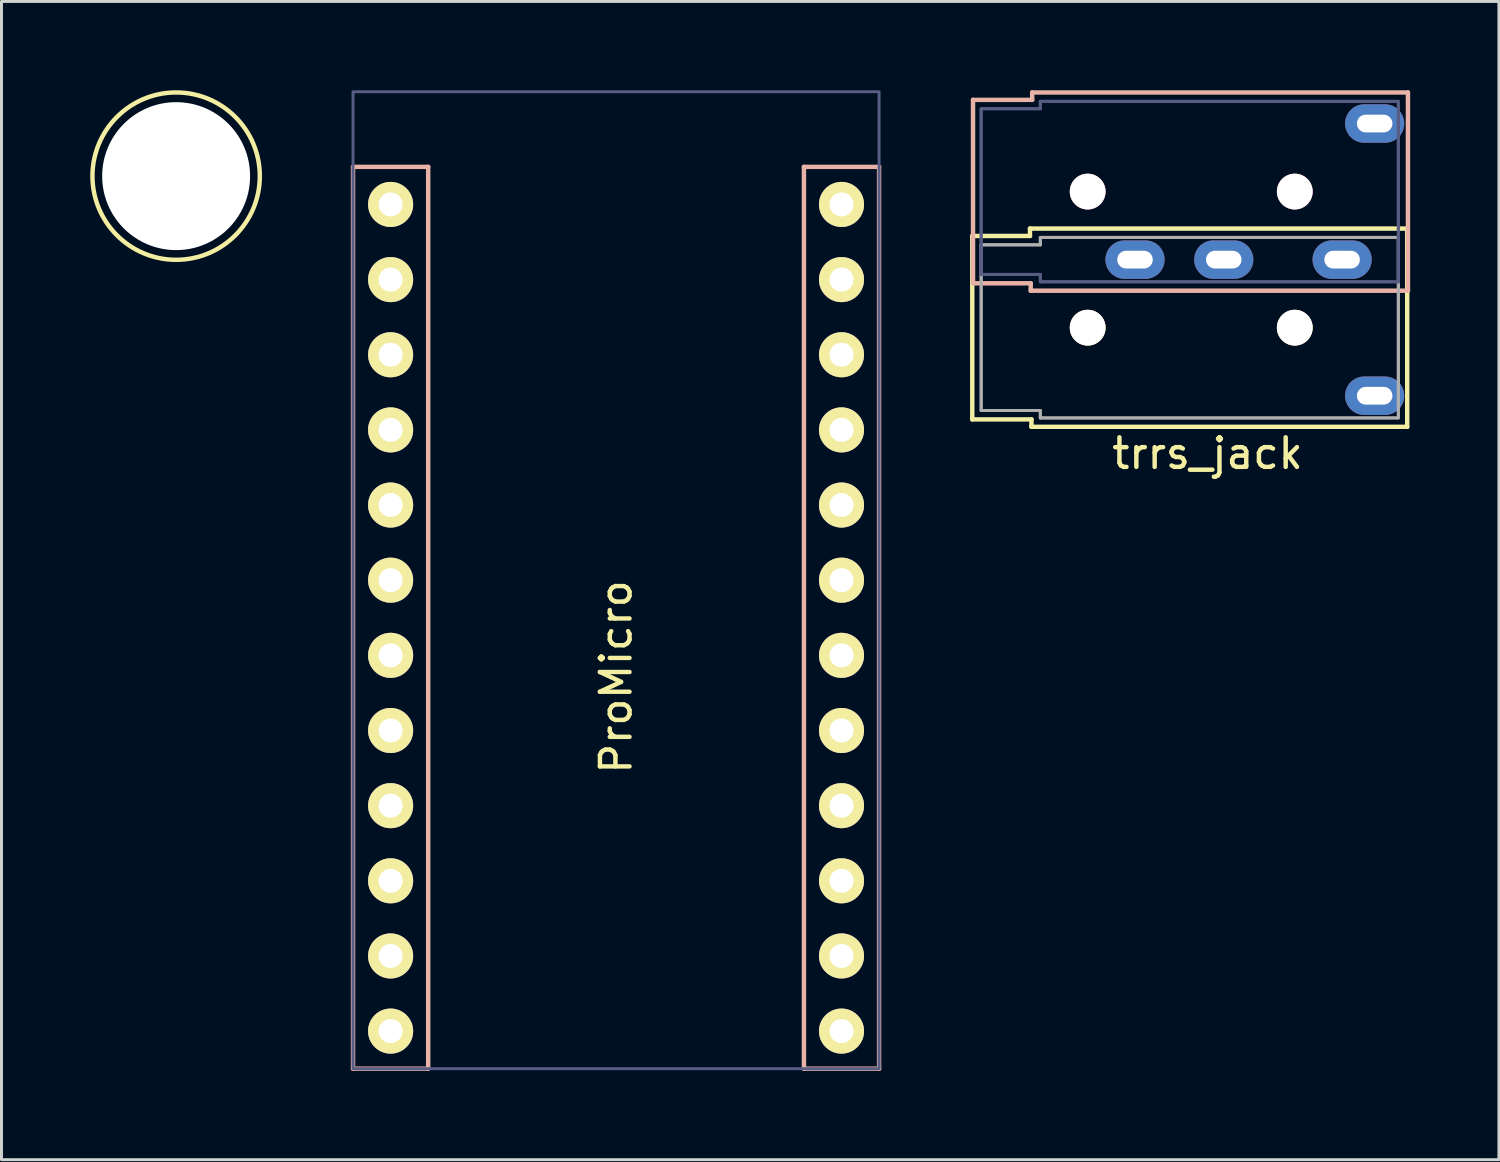
<source format=kicad_pcb>
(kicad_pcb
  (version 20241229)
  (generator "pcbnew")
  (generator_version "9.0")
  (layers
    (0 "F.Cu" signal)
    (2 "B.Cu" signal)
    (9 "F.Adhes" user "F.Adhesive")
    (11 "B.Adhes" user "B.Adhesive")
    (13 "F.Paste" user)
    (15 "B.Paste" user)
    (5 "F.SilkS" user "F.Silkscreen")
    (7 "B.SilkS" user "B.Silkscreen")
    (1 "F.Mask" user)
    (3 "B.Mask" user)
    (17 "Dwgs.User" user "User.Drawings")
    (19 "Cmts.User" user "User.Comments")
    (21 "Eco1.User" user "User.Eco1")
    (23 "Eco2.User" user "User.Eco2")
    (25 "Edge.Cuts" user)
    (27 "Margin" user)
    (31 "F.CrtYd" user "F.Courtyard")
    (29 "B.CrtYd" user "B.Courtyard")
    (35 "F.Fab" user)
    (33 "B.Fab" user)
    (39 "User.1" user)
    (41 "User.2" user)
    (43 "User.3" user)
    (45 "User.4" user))
  (footprint "ProMicro"
    (layer "F.Cu")
    (at 17.772 17.83)
    (property "Reference" "ProMicro" (at 0 2 90) (layer "F.SilkS") (effects (font (size 1 1) (thickness 0.15))))
    (attr through_hole)
    (fp_line (start -8.89 -15.24) (end -6.35 -15.24) (stroke (width 0.15) (type solid)) (layer "B.SilkS"))
    (fp_line (start -8.89 15.24) (end -8.89 -15.24) (stroke (width 0.15) (type solid)) (layer "B.SilkS"))
    (fp_line (start -6.35 -15.24) (end -6.35 15.24) (stroke (width 0.15) (type solid)) (layer "B.SilkS"))
    (fp_line (start -6.35 15.24) (end -8.89 15.24) (stroke (width 0.15) (type solid)) (layer "B.SilkS"))
    (fp_line (start 6.35 -15.24) (end 8.89 -15.24) (stroke (width 0.15) (type solid)) (layer "B.SilkS"))
    (fp_line (start 6.35 15.24) (end 6.35 -15.24) (stroke (width 0.15) (type solid)) (layer "B.SilkS"))
    (fp_line (start 8.89 -15.24) (end 8.89 15.24) (stroke (width 0.15) (type solid)) (layer "B.SilkS"))
    (fp_line (start 8.89 15.24) (end 6.35 15.24) (stroke (width 0.15) (type solid)) (layer "B.SilkS"))
    (fp_poly (pts (xy -8.89 15.24) (xy -8.89 -17.78) (xy 8.89 -17.78) (xy 8.89 15.24) (xy -8.89 15.24)) (stroke (width 0.1) (type solid)) (fill no) (layer "B.Fab"))
    (pad "1" thru_hole circle (at -7.62 -13.97) (size 1.524 1.524) (drill 0.813) (layers "*.Cu" "*.Mask" "F.SilkS"))
    (pad "2" thru_hole circle (at -7.62 -11.43) (size 1.524 1.524) (drill 0.813) (layers "*.Cu" "*.Mask" "F.SilkS"))
    (pad "3" thru_hole circle (at -7.62 -8.89) (size 1.524 1.524) (drill 0.813) (layers "*.Cu" "*.Mask" "F.SilkS"))
    (pad "4" thru_hole circle (at -7.62 -6.35) (size 1.524 1.524) (drill 0.813) (layers "*.Cu" "*.Mask" "F.SilkS"))
    (pad "5" thru_hole circle (at -7.62 -3.81) (size 1.524 1.524) (drill 0.813) (layers "*.Cu" "*.Mask" "F.SilkS"))
    (pad "6" thru_hole circle (at -7.62 -1.27) (size 1.524 1.524) (drill 0.813) (layers "*.Cu" "*.Mask" "F.SilkS"))
    (pad "7" thru_hole circle (at -7.62 1.27) (size 1.524 1.524) (drill 0.813) (layers "*.Cu" "*.Mask" "F.SilkS"))
    (pad "8" thru_hole circle (at -7.62 3.81) (size 1.524 1.524) (drill 0.813) (layers "*.Cu" "*.Mask" "F.SilkS"))
    (pad "9" thru_hole circle (at -7.62 6.35) (size 1.524 1.524) (drill 0.813) (layers "*.Cu" "*.Mask" "F.SilkS"))
    (pad "10" thru_hole circle (at -7.62 8.89) (size 1.524 1.524) (drill 0.813) (layers "*.Cu" "*.Mask" "F.SilkS"))
    (pad "11" thru_hole circle (at -7.62 11.43) (size 1.524 1.524) (drill 0.813) (layers "*.Cu" "*.Mask" "F.SilkS"))
    (pad "12" thru_hole circle (at -7.62 13.97) (size 1.524 1.524) (drill 0.813) (layers "*.Cu" "*.Mask" "F.SilkS"))
    (pad "13" thru_hole circle (at 7.62 13.97) (size 1.524 1.524) (drill 0.813) (layers "*.Cu" "*.Mask" "F.SilkS"))
    (pad "14" thru_hole circle (at 7.62 11.43) (size 1.524 1.524) (drill 0.813) (layers "*.Cu" "*.Mask" "F.SilkS"))
    (pad "15" thru_hole circle (at 7.62 8.89) (size 1.524 1.524) (drill 0.813) (layers "*.Cu" "*.Mask" "F.SilkS"))
    (pad "16" thru_hole circle (at 7.62 6.35) (size 1.524 1.524) (drill 0.813) (layers "*.Cu" "*.Mask" "F.SilkS"))
    (pad "17" thru_hole circle (at 7.62 3.81) (size 1.524 1.524) (drill 0.813) (layers "*.Cu" "*.Mask" "F.SilkS"))
    (pad "18" thru_hole circle (at 7.62 1.27) (size 1.524 1.524) (drill 0.813) (layers "*.Cu" "*.Mask" "F.SilkS"))
    (pad "19" thru_hole circle (at 7.62 -1.27) (size 1.524 1.524) (drill 0.813) (layers "*.Cu" "*.Mask" "F.SilkS"))
    (pad "20" thru_hole circle (at 7.62 -3.81) (size 1.524 1.524) (drill 0.813) (layers "*.Cu" "*.Mask" "F.SilkS"))
    (pad "21" thru_hole circle (at 7.62 -6.35) (size 1.524 1.524) (drill 0.813) (layers "*.Cu" "*.Mask" "F.SilkS"))
    (pad "22" thru_hole circle (at 7.62 -8.89) (size 1.524 1.524) (drill 0.813) (layers "*.Cu" "*.Mask" "F.SilkS"))
    (pad "23" thru_hole circle (at 7.62 -11.43) (size 1.524 1.524) (drill 0.813) (layers "*.Cu" "*.Mask" "F.SilkS"))
    (pad "24" thru_hole circle (at 7.62 -13.97) (size 1.524 1.524) (drill 0.813) (layers "*.Cu" "*.Mask" "F.SilkS")))
  (footprint "trrs_jack"
    (layer "F.Cu")
    (at 32.112 5.725)
    (property "Reference" "trrs_jack" (at 5.65 6.55 0) (unlocked yes) (layer "F.SilkS") (effects (font (size 1 1) (thickness 0.15))))
    (fp_line (start -2.3 -0.8) (end -2.3 5.4) (stroke (width 0.15) (type solid)) (layer "F.SilkS"))
    (fp_line (start -2.3 5.4) (end -0.3 5.4) (stroke (width 0.15) (type solid)) (layer "F.SilkS"))
    (fp_line (start -0.35 -0.8) (end -2.3 -0.8) (stroke (width 0.15) (type solid)) (layer "F.SilkS"))
    (fp_line (start -0.35 -0.8) (end -0.35 -1.05) (stroke (width 0.15) (type solid)) (layer "F.SilkS"))
    (fp_line (start -0.3 5.65) (end -0.3 5.4) (stroke (width 0.15) (type solid)) (layer "F.SilkS"))
    (fp_line (start -0.3 5.65) (end 12.4 5.65) (stroke (width 0.15) (type solid)) (layer "F.SilkS"))
    (fp_line (start 12.4 -1.05) (end -0.35 -1.05) (stroke (width 0.15) (type solid)) (layer "F.SilkS"))
    (fp_line (start 12.4 -1.05) (end 12.4 5.65) (stroke (width 0.15) (type solid)) (layer "F.SilkS"))
    (fp_line (start -2.275 -5.4) (end -0.275 -5.4) (stroke (width 0.15) (type solid)) (layer "B.SilkS"))
    (fp_line (start -2.275 0.8) (end -2.275 -5.4) (stroke (width 0.15) (type solid)) (layer "B.SilkS"))
    (fp_line (start -0.325 0.8) (end -2.275 0.8) (stroke (width 0.15) (type solid)) (layer "B.SilkS"))
    (fp_line (start -0.325 0.8) (end -0.325 1.05) (stroke (width 0.15) (type solid)) (layer "B.SilkS"))
    (fp_line (start -0.275 -5.65) (end -0.275 -5.4) (stroke (width 0.15) (type solid)) (layer "B.SilkS"))
    (fp_line (start -0.275 -5.65) (end 12.425 -5.65) (stroke (width 0.15) (type solid)) (layer "B.SilkS"))
    (fp_line (start 12.425 1.05) (end -0.325 1.05) (stroke (width 0.15) (type solid)) (layer "B.SilkS"))
    (fp_line (start 12.425 1.05) (end 12.425 -5.65) (stroke (width 0.15) (type solid)) (layer "B.SilkS"))
    (fp_line (start -2 -5.1) (end 0 -5.1) (stroke (width 0.1) (type solid)) (layer "B.Fab"))
    (fp_line (start -2 0.5) (end -2 -5.1) (stroke (width 0.1) (type solid)) (layer "B.Fab"))
    (fp_line (start 0 -5.35) (end 0 -5.35) (stroke (width 0.1) (type solid)) (layer "B.Fab"))
    (fp_line (start 0 -5.35) (end 12.1 -5.35) (stroke (width 0.1) (type solid)) (layer "B.Fab"))
    (fp_line (start 0 -5.1) (end 0 -5.35) (stroke (width 0.1) (type solid)) (layer "B.Fab"))
    (fp_line (start 0 0.5) (end -2 0.5) (stroke (width 0.1) (type solid)) (layer "B.Fab"))
    (fp_line (start 0 0.75) (end 0 0.5) (stroke (width 0.1) (type solid)) (layer "B.Fab"))
    (fp_line (start 12.1 -5.35) (end 12.1 0.75) (stroke (width 0.1) (type solid)) (layer "B.Fab"))
    (fp_line (start 12.1 0.75) (end 0 0.75) (stroke (width 0.1) (type solid)) (layer "B.Fab"))
    (fp_poly (pts (xy 0 -5.35) (xy 12.1 -5.35) (xy 12.1 0.75) (xy 0 0.75) (xy 0 0.5) (xy -2 0.5) (xy -2 -5.1) (xy 0 -5.1) (xy 0 -5.35)) (stroke (width 0.1) (type solid)) (fill no) (layer "B.Fab"))
    (fp_line (start -2 -0.5) (end -2 5.1) (stroke (width 0.1) (type solid)) (layer "F.Fab"))
    (fp_line (start -2 5.1) (end 0 5.1) (stroke (width 0.1) (type solid)) (layer "F.Fab"))
    (fp_line (start 0 -0.75) (end 0 -0.5) (stroke (width 0.1) (type solid)) (layer "F.Fab"))
    (fp_line (start 0 -0.5) (end -2 -0.5) (stroke (width 0.1) (type solid)) (layer "F.Fab"))
    (fp_line (start 0 5.1) (end 0 5.35) (stroke (width 0.1) (type solid)) (layer "F.Fab"))
    (fp_line (start 0 5.35) (end 0 5.35) (stroke (width 0.1) (type solid)) (layer "F.Fab"))
    (fp_line (start 0 5.35) (end 12.1 5.35) (stroke (width 0.1) (type solid)) (layer "F.Fab"))
    (fp_line (start 12.1 -0.75) (end 0 -0.75) (stroke (width 0.1) (type solid)) (layer "F.Fab"))
    (fp_line (start 12.1 5.35) (end 12.1 -0.75) (stroke (width 0.1) (type solid)) (layer "F.Fab"))
    (fp_poly (pts (xy 0 5.35) (xy 12.1 5.35) (xy 12.1 -0.75) (xy 0 -0.75) (xy 0 -0.5) (xy -2 -0.5) (xy -2 5.1) (xy 0 5.1) (xy 0 5.35)) (stroke (width 0.1) (type solid)) (fill no) (layer "F.Fab"))
    (pad "" np_thru_hole circle (at 1.6 -2.3) (size 1.21 1.21) (drill 1.2) (layers "*.Cu" "*.Mask" "B.SilkS"))
    (pad "" np_thru_hole circle (at 1.6 2.3) (size 1.21 1.21) (drill 1.2) (layers "*.Cu" "*.Mask" "F.SilkS"))
    (pad "" np_thru_hole circle (at 8.6 -2.3) (size 1.21 1.21) (drill 1.2) (layers "*.Cu" "*.Mask" "B.SilkS"))
    (pad "" np_thru_hole circle (at 8.6 2.3) (size 1.21 1.21) (drill 1.2) (layers "*.Cu" "*.Mask" "F.SilkS"))
    (pad "1" thru_hole oval (at 10.2 0) (size 2 1.3) (drill oval 1.2 0.6) (layers "*.Cu" "*.Mask"))
    (pad "2" thru_hole oval (at 3.2 0) (size 2 1.3) (drill oval 1.2 0.6) (layers "*.Cu" "*.Mask"))
    (pad "3" thru_hole oval (at 6.2 0) (size 2 1.3) (drill oval 1.2 0.6) (layers "*.Cu" "*.Mask"))
    (pad "4" thru_hole oval (at 11.3 4.6) (size 2 1.3) (drill oval 1.2 0.6) (layers "*.Cu" "*.Mask"))
    (pad "5" thru_hole oval (at 11.3 -4.6) (size 2 1.3) (drill oval 1.2 0.6) (layers "*.Cu" "*.Mask")))
  (footprint "hole"
    (layer "F.Cu")
    (at 2.903 2.903)
    (property "Reference" "hole" (at 0 -1.016 0) (unlocked yes) (layer "F.SilkS") (effects (font (size 1 1) (thickness 0.15))))
    (fp_circle (center 0 0) (end 2 2) (stroke (width 0.15) (type solid)) (fill no) (layer "F.SilkS"))
    (fp_circle (center 0 0) (end 2.828 0) (stroke (width 0.15) (type solid)) (fill no) (layer "Eco1.User"))
    (pad "" np_thru_hole circle (at 0 0) (size 5 5) (drill 5) (layers "*.Cu" "*.Mask")))
  (gr_rect
    (start -3 -3)
    (end 47.612 36.145)
    (stroke (width 0.1) (type default))
    (fill no)
    (layer "Edge.Cuts")))
</source>
